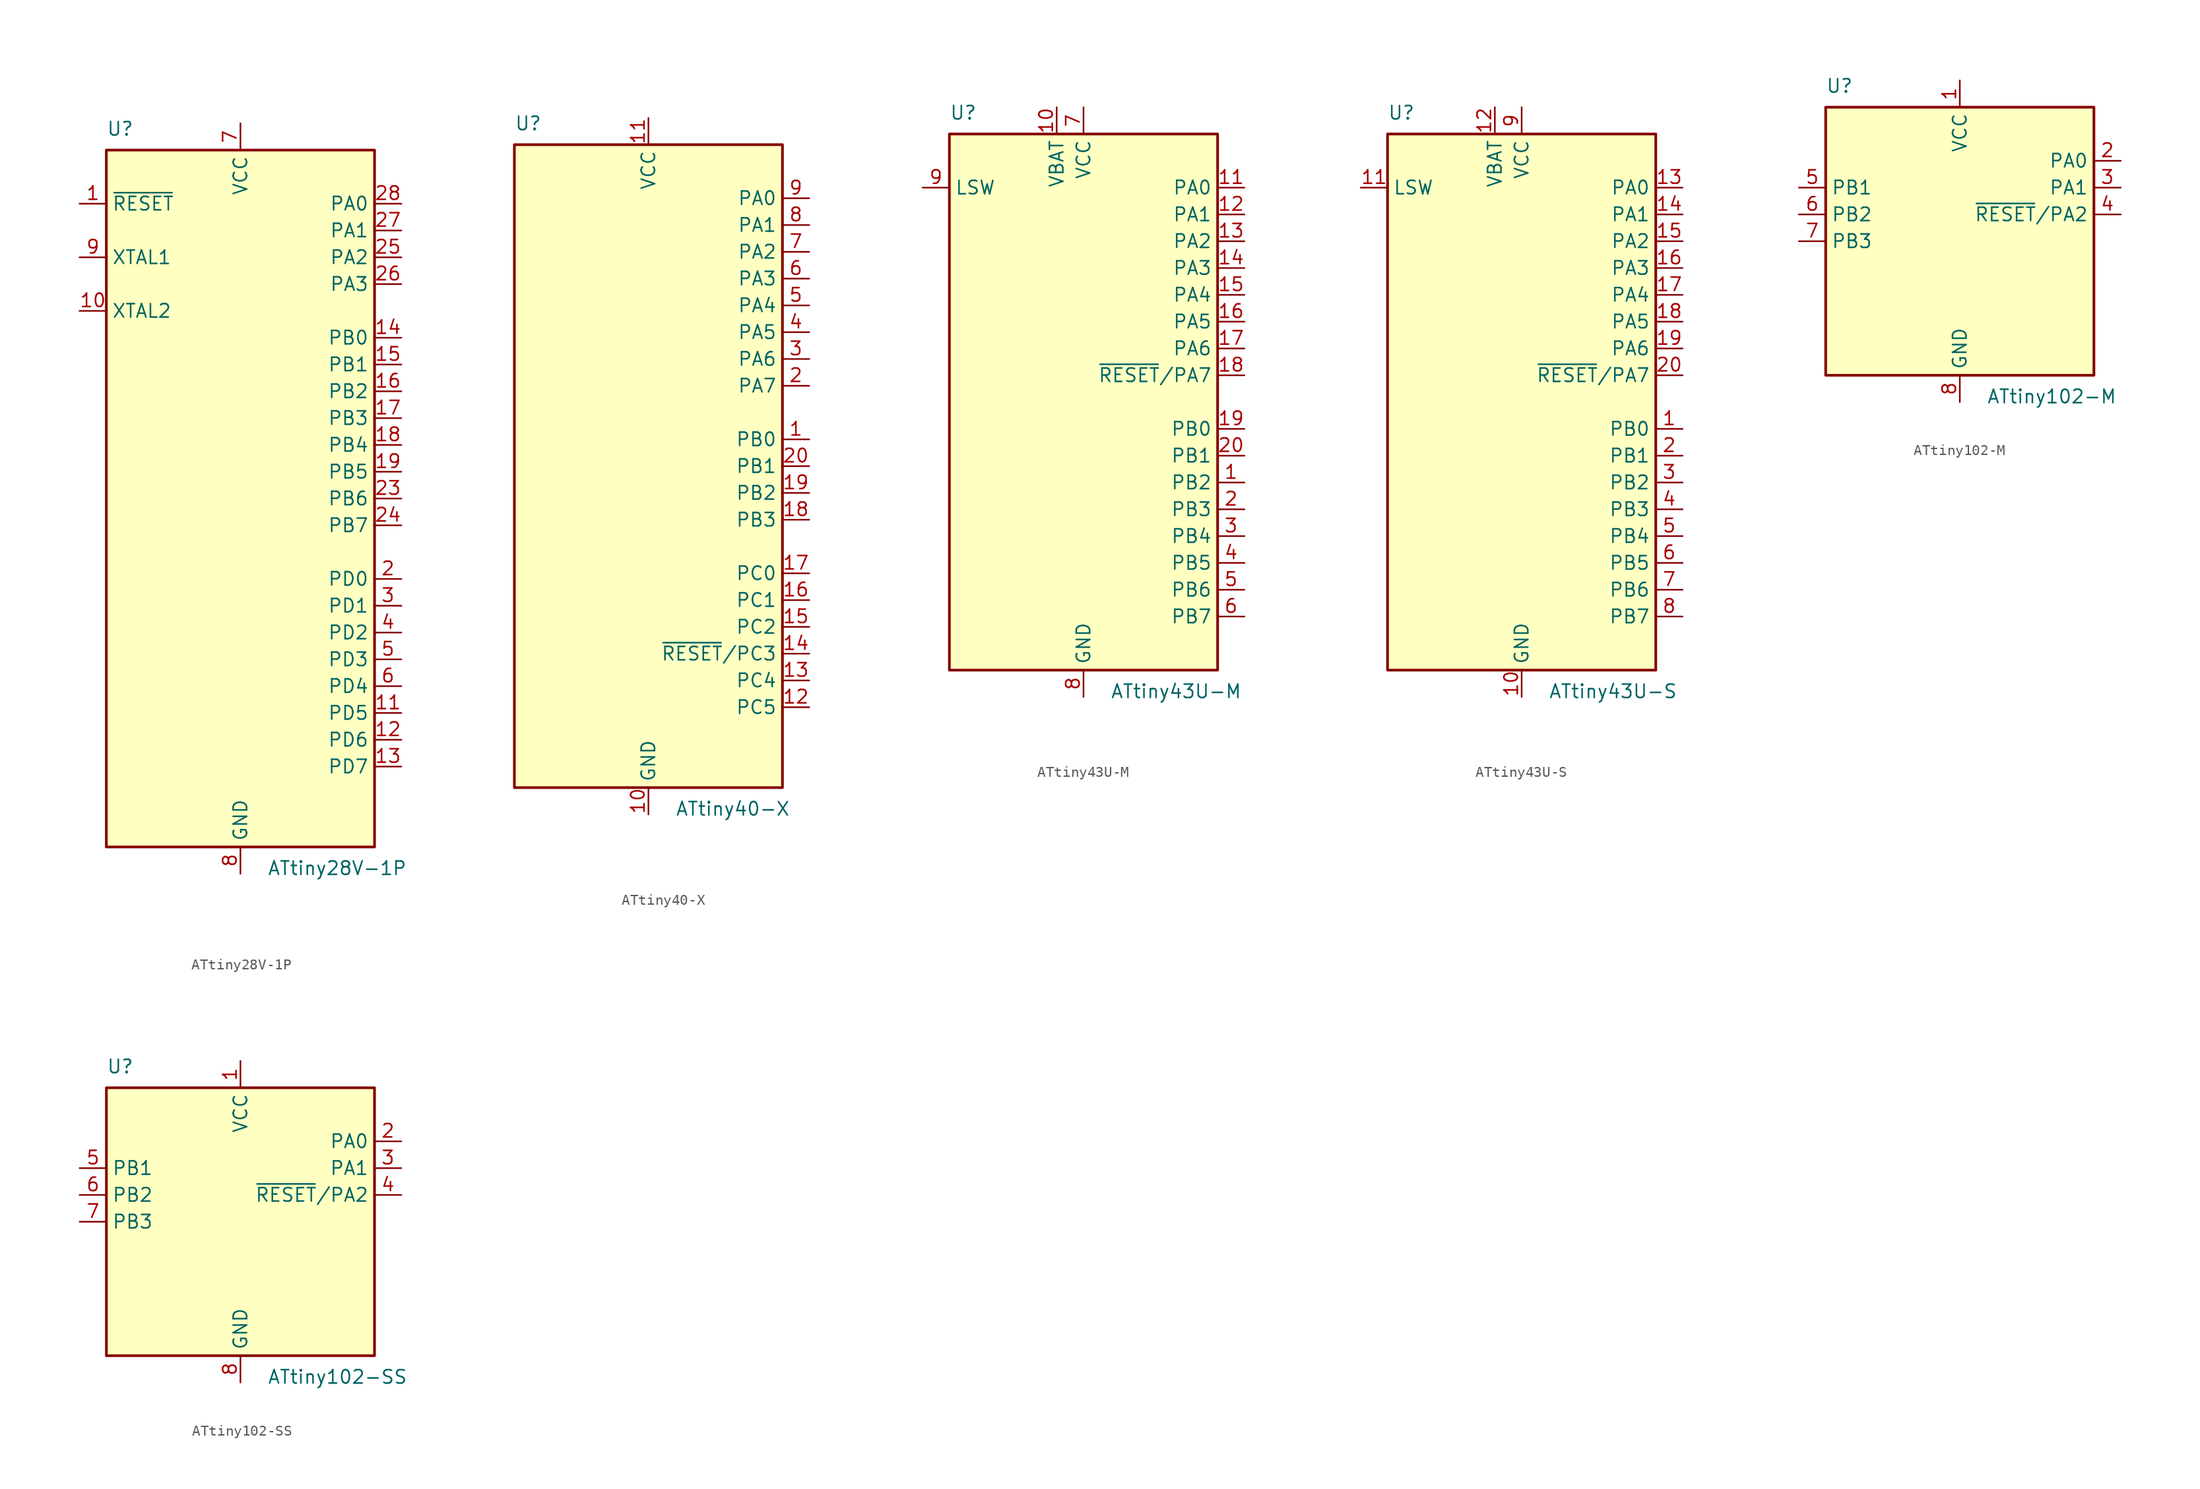
<source format=kicad_sym>
(kicad_symbol_lib
  (version 20201005)
  (generator kicad_symbol_editor)
  (symbol "ATtiny28V-1P"
    (property "Reference" "U"
      (at -12.7 34.29 0)
      (effects (font (size 1.27 1.27)) (justify left bottom)))
    (property "Value" "ATtiny28V-1P"
      (at 2.54 -34.29 0)
      (effects (font (size 1.27 1.27)) (justify left top)))
    (symbol "ATtiny28V-1P_0_1"
      (rectangle (start -12.7 -33.02) (end 12.7 33.02) (stroke (width 0.254)) (fill (type background))))
    (symbol "ATtiny28V-1P_1_1"
      (pin input line (at -15.24 27.94 0) (length 2.54) (name "~RESET" (effects (font (size 1.27 1.27)))) (number "1" (effects (font (size 1.27 1.27)))))
      (pin output line (at -15.24 17.78 0) (length 2.54) (name "XTAL2" (effects (font (size 1.27 1.27)))) (number "10" (effects (font (size 1.27 1.27)))))
      (pin bidirectional line (at 15.24 -20.32 180) (length 2.54) (name "PD5" (effects (font (size 1.27 1.27)))) (number "11" (effects (font (size 1.27 1.27)))))
      (pin bidirectional line (at 15.24 -22.86 180) (length 2.54) (name "PD6" (effects (font (size 1.27 1.27)))) (number "12" (effects (font (size 1.27 1.27)))))
      (pin bidirectional line (at 15.24 -25.4 180) (length 2.54) (name "PD7" (effects (font (size 1.27 1.27)))) (number "13" (effects (font (size 1.27 1.27)))))
      (pin bidirectional line (at 15.24 15.24 180) (length 2.54) (name "PB0" (effects (font (size 1.27 1.27)))) (number "14" (effects (font (size 1.27 1.27)))))
      (pin bidirectional line (at 15.24 12.7 180) (length 2.54) (name "PB1" (effects (font (size 1.27 1.27)))) (number "15" (effects (font (size 1.27 1.27)))))
      (pin bidirectional line (at 15.24 10.16 180) (length 2.54) (name "PB2" (effects (font (size 1.27 1.27)))) (number "16" (effects (font (size 1.27 1.27)))))
      (pin bidirectional line (at 15.24 7.62 180) (length 2.54) (name "PB3" (effects (font (size 1.27 1.27)))) (number "17" (effects (font (size 1.27 1.27)))))
      (pin bidirectional line (at 15.24 5.08 180) (length 2.54) (name "PB4" (effects (font (size 1.27 1.27)))) (number "18" (effects (font (size 1.27 1.27)))))
      (pin bidirectional line (at 15.24 2.54 180) (length 2.54) (name "PB5" (effects (font (size 1.27 1.27)))) (number "19" (effects (font (size 1.27 1.27)))))
      (pin bidirectional line (at 15.24 -7.62 180) (length 2.54) (name "PD0" (effects (font (size 1.27 1.27)))) (number "2" (effects (font (size 1.27 1.27)))))
      (pin passive line (at 0 35.56 270) (length 2.54) hide (name "VCC" (effects (font (size 1.27 1.27)))) (number "20" (effects (font (size 1.27 1.27)))))
      (pin no_connect line (at -12.7 -30.48 0) (length 2.54) hide (name "NC" (effects (font (size 1.27 1.27)))) (number "21" (effects (font (size 1.27 1.27)))))
      (pin passive line (at 0 -35.56 90) (length 2.54) hide (name "GND" (effects (font (size 1.27 1.27)))) (number "22" (effects (font (size 1.27 1.27)))))
      (pin bidirectional line (at 15.24 0 180) (length 2.54) (name "PB6" (effects (font (size 1.27 1.27)))) (number "23" (effects (font (size 1.27 1.27)))))
      (pin bidirectional line (at 15.24 -2.54 180) (length 2.54) (name "PB7" (effects (font (size 1.27 1.27)))) (number "24" (effects (font (size 1.27 1.27)))))
      (pin bidirectional line (at 15.24 22.86 180) (length 2.54) (name "PA2" (effects (font (size 1.27 1.27)))) (number "25" (effects (font (size 1.27 1.27)))))
      (pin bidirectional line (at 15.24 20.32 180) (length 2.54) (name "PA3" (effects (font (size 1.27 1.27)))) (number "26" (effects (font (size 1.27 1.27)))))
      (pin bidirectional line (at 15.24 25.4 180) (length 2.54) (name "PA1" (effects (font (size 1.27 1.27)))) (number "27" (effects (font (size 1.27 1.27)))))
      (pin bidirectional line (at 15.24 27.94 180) (length 2.54) (name "PA0" (effects (font (size 1.27 1.27)))) (number "28" (effects (font (size 1.27 1.27)))))
      (pin bidirectional line (at 15.24 -10.16 180) (length 2.54) (name "PD1" (effects (font (size 1.27 1.27)))) (number "3" (effects (font (size 1.27 1.27)))))
      (pin bidirectional line (at 15.24 -12.7 180) (length 2.54) (name "PD2" (effects (font (size 1.27 1.27)))) (number "4" (effects (font (size 1.27 1.27)))))
      (pin bidirectional line (at 15.24 -15.24 180) (length 2.54) (name "PD3" (effects (font (size 1.27 1.27)))) (number "5" (effects (font (size 1.27 1.27)))))
      (pin bidirectional line (at 15.24 -17.78 180) (length 2.54) (name "PD4" (effects (font (size 1.27 1.27)))) (number "6" (effects (font (size 1.27 1.27)))))
      (pin power_in line (at 0 35.56 270) (length 2.54) (name "VCC" (effects (font (size 1.27 1.27)))) (number "7" (effects (font (size 1.27 1.27)))))
      (pin power_in line (at 0 -35.56 90) (length 2.54) (name "GND" (effects (font (size 1.27 1.27)))) (number "8" (effects (font (size 1.27 1.27)))))
      (pin input line (at -15.24 22.86 0) (length 2.54) (name "XTAL1" (effects (font (size 1.27 1.27)))) (number "9" (effects (font (size 1.27 1.27)))))))
  (symbol "ATtiny40-X"
    (property "Reference" "U"
      (at -12.7 31.75 0)
      (effects (font (size 1.27 1.27)) (justify left bottom)))
    (property "Value" "ATtiny40-X"
      (at 2.54 -31.75 0)
      (effects (font (size 1.27 1.27)) (justify left top)))
    (symbol "ATtiny40-X_0_1"
      (rectangle (start -12.7 -30.48) (end 12.7 30.48) (stroke (width 0.254)) (fill (type background))))
    (symbol "ATtiny40-X_1_1"
      (pin bidirectional line (at 15.24 2.54 180) (length 2.54) (name "PB0" (effects (font (size 1.27 1.27)))) (number "1" (effects (font (size 1.27 1.27)))))
      (pin power_in line (at 0 -33.02 90) (length 2.54) (name "GND" (effects (font (size 1.27 1.27)))) (number "10" (effects (font (size 1.27 1.27)))))
      (pin power_in line (at 0 33.02 270) (length 2.54) (name "VCC" (effects (font (size 1.27 1.27)))) (number "11" (effects (font (size 1.27 1.27)))))
      (pin bidirectional line (at 15.24 -22.86 180) (length 2.54) (name "PC5" (effects (font (size 1.27 1.27)))) (number "12" (effects (font (size 1.27 1.27)))))
      (pin bidirectional line (at 15.24 -20.32 180) (length 2.54) (name "PC4" (effects (font (size 1.27 1.27)))) (number "13" (effects (font (size 1.27 1.27)))))
      (pin bidirectional line (at 15.24 -17.78 180) (length 2.54) (name "~RESET~/PC3" (effects (font (size 1.27 1.27)))) (number "14" (effects (font (size 1.27 1.27)))))
      (pin bidirectional line (at 15.24 -15.24 180) (length 2.54) (name "PC2" (effects (font (size 1.27 1.27)))) (number "15" (effects (font (size 1.27 1.27)))))
      (pin bidirectional line (at 15.24 -12.7 180) (length 2.54) (name "PC1" (effects (font (size 1.27 1.27)))) (number "16" (effects (font (size 1.27 1.27)))))
      (pin bidirectional line (at 15.24 -10.16 180) (length 2.54) (name "PC0" (effects (font (size 1.27 1.27)))) (number "17" (effects (font (size 1.27 1.27)))))
      (pin bidirectional line (at 15.24 -5.08 180) (length 2.54) (name "PB3" (effects (font (size 1.27 1.27)))) (number "18" (effects (font (size 1.27 1.27)))))
      (pin bidirectional line (at 15.24 -2.54 180) (length 2.54) (name "PB2" (effects (font (size 1.27 1.27)))) (number "19" (effects (font (size 1.27 1.27)))))
      (pin bidirectional line (at 15.24 7.62 180) (length 2.54) (name "PA7" (effects (font (size 1.27 1.27)))) (number "2" (effects (font (size 1.27 1.27)))))
      (pin bidirectional line (at 15.24 0 180) (length 2.54) (name "PB1" (effects (font (size 1.27 1.27)))) (number "20" (effects (font (size 1.27 1.27)))))
      (pin bidirectional line (at 15.24 10.16 180) (length 2.54) (name "PA6" (effects (font (size 1.27 1.27)))) (number "3" (effects (font (size 1.27 1.27)))))
      (pin bidirectional line (at 15.24 12.7 180) (length 2.54) (name "PA5" (effects (font (size 1.27 1.27)))) (number "4" (effects (font (size 1.27 1.27)))))
      (pin bidirectional line (at 15.24 15.24 180) (length 2.54) (name "PA4" (effects (font (size 1.27 1.27)))) (number "5" (effects (font (size 1.27 1.27)))))
      (pin bidirectional line (at 15.24 17.78 180) (length 2.54) (name "PA3" (effects (font (size 1.27 1.27)))) (number "6" (effects (font (size 1.27 1.27)))))
      (pin bidirectional line (at 15.24 20.32 180) (length 2.54) (name "PA2" (effects (font (size 1.27 1.27)))) (number "7" (effects (font (size 1.27 1.27)))))
      (pin bidirectional line (at 15.24 22.86 180) (length 2.54) (name "PA1" (effects (font (size 1.27 1.27)))) (number "8" (effects (font (size 1.27 1.27)))))
      (pin bidirectional line (at 15.24 25.4 180) (length 2.54) (name "PA0" (effects (font (size 1.27 1.27)))) (number "9" (effects (font (size 1.27 1.27)))))))
  (symbol "ATtiny43U-M"
    (property "Reference" "U"
      (at -12.7 26.67 0)
      (effects (font (size 1.27 1.27)) (justify left bottom)))
    (property "Value" "ATtiny43U-M"
      (at 2.54 -26.67 0)
      (effects (font (size 1.27 1.27)) (justify left top)))
    (symbol "ATtiny43U-M_0_1"
      (rectangle (start -12.7 -25.4) (end 12.7 25.4) (stroke (width 0.254)) (fill (type background))))
    (symbol "ATtiny43U-M_1_1"
      (pin bidirectional line (at 15.24 -7.62 180) (length 2.54) (name "PB2" (effects (font (size 1.27 1.27)))) (number "1" (effects (font (size 1.27 1.27)))))
      (pin power_in line (at -2.54 27.94 270) (length 2.54) (name "VBAT" (effects (font (size 1.27 1.27)))) (number "10" (effects (font (size 1.27 1.27)))))
      (pin bidirectional line (at 15.24 20.32 180) (length 2.54) (name "PA0" (effects (font (size 1.27 1.27)))) (number "11" (effects (font (size 1.27 1.27)))))
      (pin bidirectional line (at 15.24 17.78 180) (length 2.54) (name "PA1" (effects (font (size 1.27 1.27)))) (number "12" (effects (font (size 1.27 1.27)))))
      (pin bidirectional line (at 15.24 15.24 180) (length 2.54) (name "PA2" (effects (font (size 1.27 1.27)))) (number "13" (effects (font (size 1.27 1.27)))))
      (pin bidirectional line (at 15.24 12.7 180) (length 2.54) (name "PA3" (effects (font (size 1.27 1.27)))) (number "14" (effects (font (size 1.27 1.27)))))
      (pin bidirectional line (at 15.24 10.16 180) (length 2.54) (name "PA4" (effects (font (size 1.27 1.27)))) (number "15" (effects (font (size 1.27 1.27)))))
      (pin bidirectional line (at 15.24 7.62 180) (length 2.54) (name "PA5" (effects (font (size 1.27 1.27)))) (number "16" (effects (font (size 1.27 1.27)))))
      (pin bidirectional line (at 15.24 5.08 180) (length 2.54) (name "PA6" (effects (font (size 1.27 1.27)))) (number "17" (effects (font (size 1.27 1.27)))))
      (pin bidirectional line (at 15.24 2.54 180) (length 2.54) (name "~RESET~/PA7" (effects (font (size 1.27 1.27)))) (number "18" (effects (font (size 1.27 1.27)))))
      (pin bidirectional line (at 15.24 -2.54 180) (length 2.54) (name "PB0" (effects (font (size 1.27 1.27)))) (number "19" (effects (font (size 1.27 1.27)))))
      (pin bidirectional line (at 15.24 -10.16 180) (length 2.54) (name "PB3" (effects (font (size 1.27 1.27)))) (number "2" (effects (font (size 1.27 1.27)))))
      (pin bidirectional line (at 15.24 -5.08 180) (length 2.54) (name "PB1" (effects (font (size 1.27 1.27)))) (number "20" (effects (font (size 1.27 1.27)))))
      (pin passive line (at 0 -27.94 90) (length 2.54) hide (name "GND" (effects (font (size 1.27 1.27)))) (number "21" (effects (font (size 1.27 1.27)))))
      (pin bidirectional line (at 15.24 -12.7 180) (length 2.54) (name "PB4" (effects (font (size 1.27 1.27)))) (number "3" (effects (font (size 1.27 1.27)))))
      (pin bidirectional line (at 15.24 -15.24 180) (length 2.54) (name "PB5" (effects (font (size 1.27 1.27)))) (number "4" (effects (font (size 1.27 1.27)))))
      (pin bidirectional line (at 15.24 -17.78 180) (length 2.54) (name "PB6" (effects (font (size 1.27 1.27)))) (number "5" (effects (font (size 1.27 1.27)))))
      (pin bidirectional line (at 15.24 -20.32 180) (length 2.54) (name "PB7" (effects (font (size 1.27 1.27)))) (number "6" (effects (font (size 1.27 1.27)))))
      (pin power_in line (at 0 27.94 270) (length 2.54) (name "VCC" (effects (font (size 1.27 1.27)))) (number "7" (effects (font (size 1.27 1.27)))))
      (pin power_in line (at 0 -27.94 90) (length 2.54) (name "GND" (effects (font (size 1.27 1.27)))) (number "8" (effects (font (size 1.27 1.27)))))
      (pin passive line (at -15.24 20.32 0) (length 2.54) (name "LSW" (effects (font (size 1.27 1.27)))) (number "9" (effects (font (size 1.27 1.27)))))))
  (symbol "ATtiny43U-S"
    (property "Reference" "U"
      (at -12.7 26.67 0)
      (effects (font (size 1.27 1.27)) (justify left bottom)))
    (property "Value" "ATtiny43U-S"
      (at 2.54 -26.67 0)
      (effects (font (size 1.27 1.27)) (justify left top)))
    (symbol "ATtiny43U-S_0_1"
      (rectangle (start -12.7 -25.4) (end 12.7 25.4) (stroke (width 0.254)) (fill (type background))))
    (symbol "ATtiny43U-S_1_1"
      (pin bidirectional line (at 15.24 -2.54 180) (length 2.54) (name "PB0" (effects (font (size 1.27 1.27)))) (number "1" (effects (font (size 1.27 1.27)))))
      (pin power_in line (at 0 -27.94 90) (length 2.54) (name "GND" (effects (font (size 1.27 1.27)))) (number "10" (effects (font (size 1.27 1.27)))))
      (pin passive line (at -15.24 20.32 0) (length 2.54) (name "LSW" (effects (font (size 1.27 1.27)))) (number "11" (effects (font (size 1.27 1.27)))))
      (pin power_in line (at -2.54 27.94 270) (length 2.54) (name "VBAT" (effects (font (size 1.27 1.27)))) (number "12" (effects (font (size 1.27 1.27)))))
      (pin bidirectional line (at 15.24 20.32 180) (length 2.54) (name "PA0" (effects (font (size 1.27 1.27)))) (number "13" (effects (font (size 1.27 1.27)))))
      (pin bidirectional line (at 15.24 17.78 180) (length 2.54) (name "PA1" (effects (font (size 1.27 1.27)))) (number "14" (effects (font (size 1.27 1.27)))))
      (pin bidirectional line (at 15.24 15.24 180) (length 2.54) (name "PA2" (effects (font (size 1.27 1.27)))) (number "15" (effects (font (size 1.27 1.27)))))
      (pin bidirectional line (at 15.24 12.7 180) (length 2.54) (name "PA3" (effects (font (size 1.27 1.27)))) (number "16" (effects (font (size 1.27 1.27)))))
      (pin bidirectional line (at 15.24 10.16 180) (length 2.54) (name "PA4" (effects (font (size 1.27 1.27)))) (number "17" (effects (font (size 1.27 1.27)))))
      (pin bidirectional line (at 15.24 7.62 180) (length 2.54) (name "PA5" (effects (font (size 1.27 1.27)))) (number "18" (effects (font (size 1.27 1.27)))))
      (pin bidirectional line (at 15.24 5.08 180) (length 2.54) (name "PA6" (effects (font (size 1.27 1.27)))) (number "19" (effects (font (size 1.27 1.27)))))
      (pin bidirectional line (at 15.24 -5.08 180) (length 2.54) (name "PB1" (effects (font (size 1.27 1.27)))) (number "2" (effects (font (size 1.27 1.27)))))
      (pin bidirectional line (at 15.24 2.54 180) (length 2.54) (name "~RESET~/PA7" (effects (font (size 1.27 1.27)))) (number "20" (effects (font (size 1.27 1.27)))))
      (pin bidirectional line (at 15.24 -7.62 180) (length 2.54) (name "PB2" (effects (font (size 1.27 1.27)))) (number "3" (effects (font (size 1.27 1.27)))))
      (pin bidirectional line (at 15.24 -10.16 180) (length 2.54) (name "PB3" (effects (font (size 1.27 1.27)))) (number "4" (effects (font (size 1.27 1.27)))))
      (pin bidirectional line (at 15.24 -12.7 180) (length 2.54) (name "PB4" (effects (font (size 1.27 1.27)))) (number "5" (effects (font (size 1.27 1.27)))))
      (pin bidirectional line (at 15.24 -15.24 180) (length 2.54) (name "PB5" (effects (font (size 1.27 1.27)))) (number "6" (effects (font (size 1.27 1.27)))))
      (pin bidirectional line (at 15.24 -17.78 180) (length 2.54) (name "PB6" (effects (font (size 1.27 1.27)))) (number "7" (effects (font (size 1.27 1.27)))))
      (pin bidirectional line (at 15.24 -20.32 180) (length 2.54) (name "PB7" (effects (font (size 1.27 1.27)))) (number "8" (effects (font (size 1.27 1.27)))))
      (pin power_in line (at 0 27.94 270) (length 2.54) (name "VCC" (effects (font (size 1.27 1.27)))) (number "9" (effects (font (size 1.27 1.27)))))))
  (symbol "ATtiny102-M"
    (property "Reference" "U"
      (at -12.7 13.97 0)
      (effects (font (size 1.27 1.27)) (justify left bottom)))
    (property "Value" "ATtiny102-M"
      (at 2.54 -13.97 0)
      (effects (font (size 1.27 1.27)) (justify left top)))
    (symbol "ATtiny102-M_0_1"
      (rectangle (start -12.7 -12.7) (end 12.7 12.7) (stroke (width 0.254)) (fill (type background))))
    (symbol "ATtiny102-M_1_1"
      (pin power_in line (at 0 15.24 270) (length 2.54) (name "VCC" (effects (font (size 1.27 1.27)))) (number "1" (effects (font (size 1.27 1.27)))))
      (pin bidirectional line (at 15.24 7.62 180) (length 2.54) (name "PA0" (effects (font (size 1.27 1.27)))) (number "2" (effects (font (size 1.27 1.27)))))
      (pin bidirectional line (at 15.24 5.08 180) (length 2.54) (name "PA1" (effects (font (size 1.27 1.27)))) (number "3" (effects (font (size 1.27 1.27)))))
      (pin bidirectional line (at 15.24 2.54 180) (length 2.54) (name "~RESET~/PA2" (effects (font (size 1.27 1.27)))) (number "4" (effects (font (size 1.27 1.27)))))
      (pin bidirectional line (at -15.24 5.08 0) (length 2.54) (name "PB1" (effects (font (size 1.27 1.27)))) (number "5" (effects (font (size 1.27 1.27)))))
      (pin bidirectional line (at -15.24 2.54 0) (length 2.54) (name "PB2" (effects (font (size 1.27 1.27)))) (number "6" (effects (font (size 1.27 1.27)))))
      (pin bidirectional line (at -15.24 0 0) (length 2.54) (name "PB3" (effects (font (size 1.27 1.27)))) (number "7" (effects (font (size 1.27 1.27)))))
      (pin power_in line (at 0 -15.24 90) (length 2.54) (name "GND" (effects (font (size 1.27 1.27)))) (number "8" (effects (font (size 1.27 1.27)))))
      (pin no_connect line (at -12.7 -7.62 0) (length 2.54) hide (name "NC" (effects (font (size 1.27 1.27)))) (number "9" (effects (font (size 1.27 1.27)))))))
  (symbol "ATtiny102-SS"
    (property "Reference" "U"
      (at -12.7 13.97 0)
      (effects (font (size 1.27 1.27)) (justify left bottom)))
    (property "Value" "ATtiny102-SS"
      (at 2.54 -13.97 0)
      (effects (font (size 1.27 1.27)) (justify left top)))
    (symbol "ATtiny102-SS_0_1"
      (rectangle (start -12.7 -12.7) (end 12.7 12.7) (stroke (width 0.254)) (fill (type background))))
    (symbol "ATtiny102-SS_1_1"
      (pin power_in line (at 0 15.24 270) (length 2.54) (name "VCC" (effects (font (size 1.27 1.27)))) (number "1" (effects (font (size 1.27 1.27)))))
      (pin bidirectional line (at 15.24 7.62 180) (length 2.54) (name "PA0" (effects (font (size 1.27 1.27)))) (number "2" (effects (font (size 1.27 1.27)))))
      (pin bidirectional line (at 15.24 5.08 180) (length 2.54) (name "PA1" (effects (font (size 1.27 1.27)))) (number "3" (effects (font (size 1.27 1.27)))))
      (pin bidirectional line (at 15.24 2.54 180) (length 2.54) (name "~RESET~/PA2" (effects (font (size 1.27 1.27)))) (number "4" (effects (font (size 1.27 1.27)))))
      (pin bidirectional line (at -15.24 5.08 0) (length 2.54) (name "PB1" (effects (font (size 1.27 1.27)))) (number "5" (effects (font (size 1.27 1.27)))))
      (pin bidirectional line (at -15.24 2.54 0) (length 2.54) (name "PB2" (effects (font (size 1.27 1.27)))) (number "6" (effects (font (size 1.27 1.27)))))
      (pin bidirectional line (at -15.24 0 0) (length 2.54) (name "PB3" (effects (font (size 1.27 1.27)))) (number "7" (effects (font (size 1.27 1.27)))))
      (pin power_in line (at 0 -15.24 90) (length 2.54) (name "GND" (effects (font (size 1.27 1.27)))) (number "8" (effects (font (size 1.27 1.27))))))))
</source>
